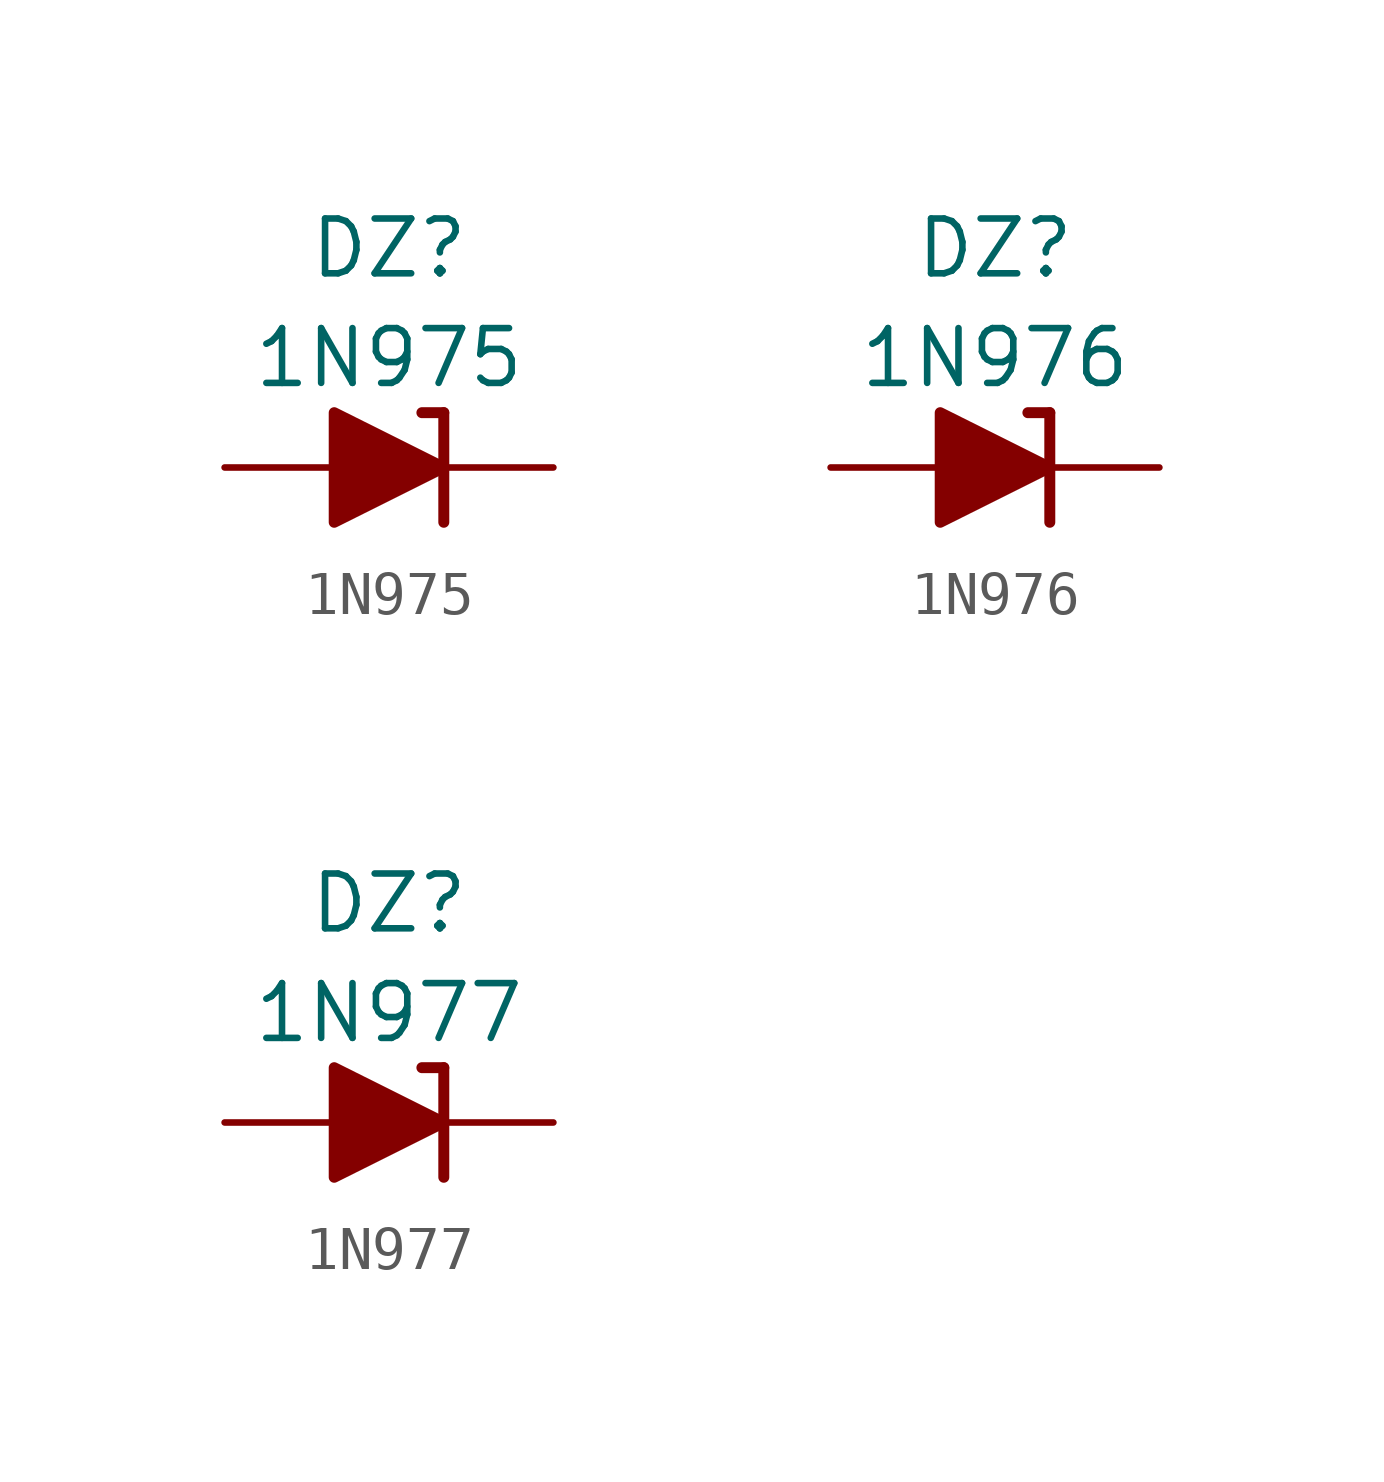
<source format=kicad_sym>
(kicad_symbol_lib
  (version 20211014)
  (generator kicad_symbol_editor)
  (symbol "1N975"
    (pin_numbers hide)
    (pin_names
      (offset 1.016) hide)
    (property "Reference" "DZ"
      (at 0 5.08 0)
      (effects (font (size 1.27 1.27))))
    (property "Value" "1N975"
      (at 0 2.54 0)
      (effects (font (size 1.27 1.27))))
    (symbol "1N975_0_1"
      (polyline (pts (xy -1.27 0) (xy 1.27 0)) (stroke (width 0) (type default) (color 0 0 0 0)) (fill (type none)))
      (polyline (pts (xy 1.27 1.27) (xy 0.762 1.27)) (stroke (width 0.254) (type default) (color 0 0 0 0)) (fill (type none)))
      (polyline (pts (xy 1.27 1.27) (xy 1.27 -1.27)) (stroke (width 0.254) (type default) (color 0 0 0 0)) (fill (type none)))
      (polyline (pts (xy -1.27 -1.27) (xy -1.27 1.27) (xy 1.27 0) (xy -1.27 -1.27)) (stroke (width 0.254) (type default) (color 0 0 0 0)) (fill (type outline))))
    (symbol "1N975_1_1"
      (pin passive line (at 3.81 0 180) (length 2.54) (name "K" (effects (font (size 1.27 1.27)))) (number "1" (effects (font (size 1.27 1.27)))))
      (pin passive line (at -3.81 0 0) (length 2.54) (name "A" (effects (font (size 1.27 1.27)))) (number "2" (effects (font (size 1.27 1.27)))))))
  (symbol "1N976"
    (pin_numbers hide)
    (pin_names
      (offset 1.016) hide)
    (property "Reference" "DZ"
      (at 0 5.08 0)
      (effects (font (size 1.27 1.27))))
    (property "Value" "1N976"
      (at 0 2.54 0)
      (effects (font (size 1.27 1.27))))
    (symbol "1N976_0_1"
      (polyline (pts (xy -1.27 0) (xy 1.27 0)) (stroke (width 0) (type default) (color 0 0 0 0)) (fill (type none)))
      (polyline (pts (xy 1.27 1.27) (xy 0.762 1.27)) (stroke (width 0.254) (type default) (color 0 0 0 0)) (fill (type none)))
      (polyline (pts (xy 1.27 1.27) (xy 1.27 -1.27)) (stroke (width 0.254) (type default) (color 0 0 0 0)) (fill (type none)))
      (polyline (pts (xy -1.27 -1.27) (xy -1.27 1.27) (xy 1.27 0) (xy -1.27 -1.27)) (stroke (width 0.254) (type default) (color 0 0 0 0)) (fill (type outline))))
    (symbol "1N976_1_1"
      (pin passive line (at 3.81 0 180) (length 2.54) (name "K" (effects (font (size 1.27 1.27)))) (number "1" (effects (font (size 1.27 1.27)))))
      (pin passive line (at -3.81 0 0) (length 2.54) (name "A" (effects (font (size 1.27 1.27)))) (number "2" (effects (font (size 1.27 1.27)))))))
  (symbol "1N977"
    (pin_numbers hide)
    (pin_names
      (offset 1.016) hide)
    (property "Reference" "DZ"
      (at 0 5.08 0)
      (effects (font (size 1.27 1.27))))
    (property "Value" "1N977"
      (at 0 2.54 0)
      (effects (font (size 1.27 1.27))))
    (symbol "1N977_0_1"
      (polyline (pts (xy -1.27 0) (xy 1.27 0)) (stroke (width 0) (type default) (color 0 0 0 0)) (fill (type none)))
      (polyline (pts (xy 1.27 1.27) (xy 0.762 1.27)) (stroke (width 0.254) (type default) (color 0 0 0 0)) (fill (type none)))
      (polyline (pts (xy 1.27 1.27) (xy 1.27 -1.27)) (stroke (width 0.254) (type default) (color 0 0 0 0)) (fill (type none)))
      (polyline (pts (xy -1.27 -1.27) (xy -1.27 1.27) (xy 1.27 0) (xy -1.27 -1.27)) (stroke (width 0.254) (type default) (color 0 0 0 0)) (fill (type outline))))
    (symbol "1N977_1_1"
      (pin passive line (at 3.81 0 180) (length 2.54) (name "K" (effects (font (size 1.27 1.27)))) (number "1" (effects (font (size 1.27 1.27)))))
      (pin passive line (at -3.81 0 0) (length 2.54) (name "A" (effects (font (size 1.27 1.27)))) (number "2" (effects (font (size 1.27 1.27))))))))
</source>
